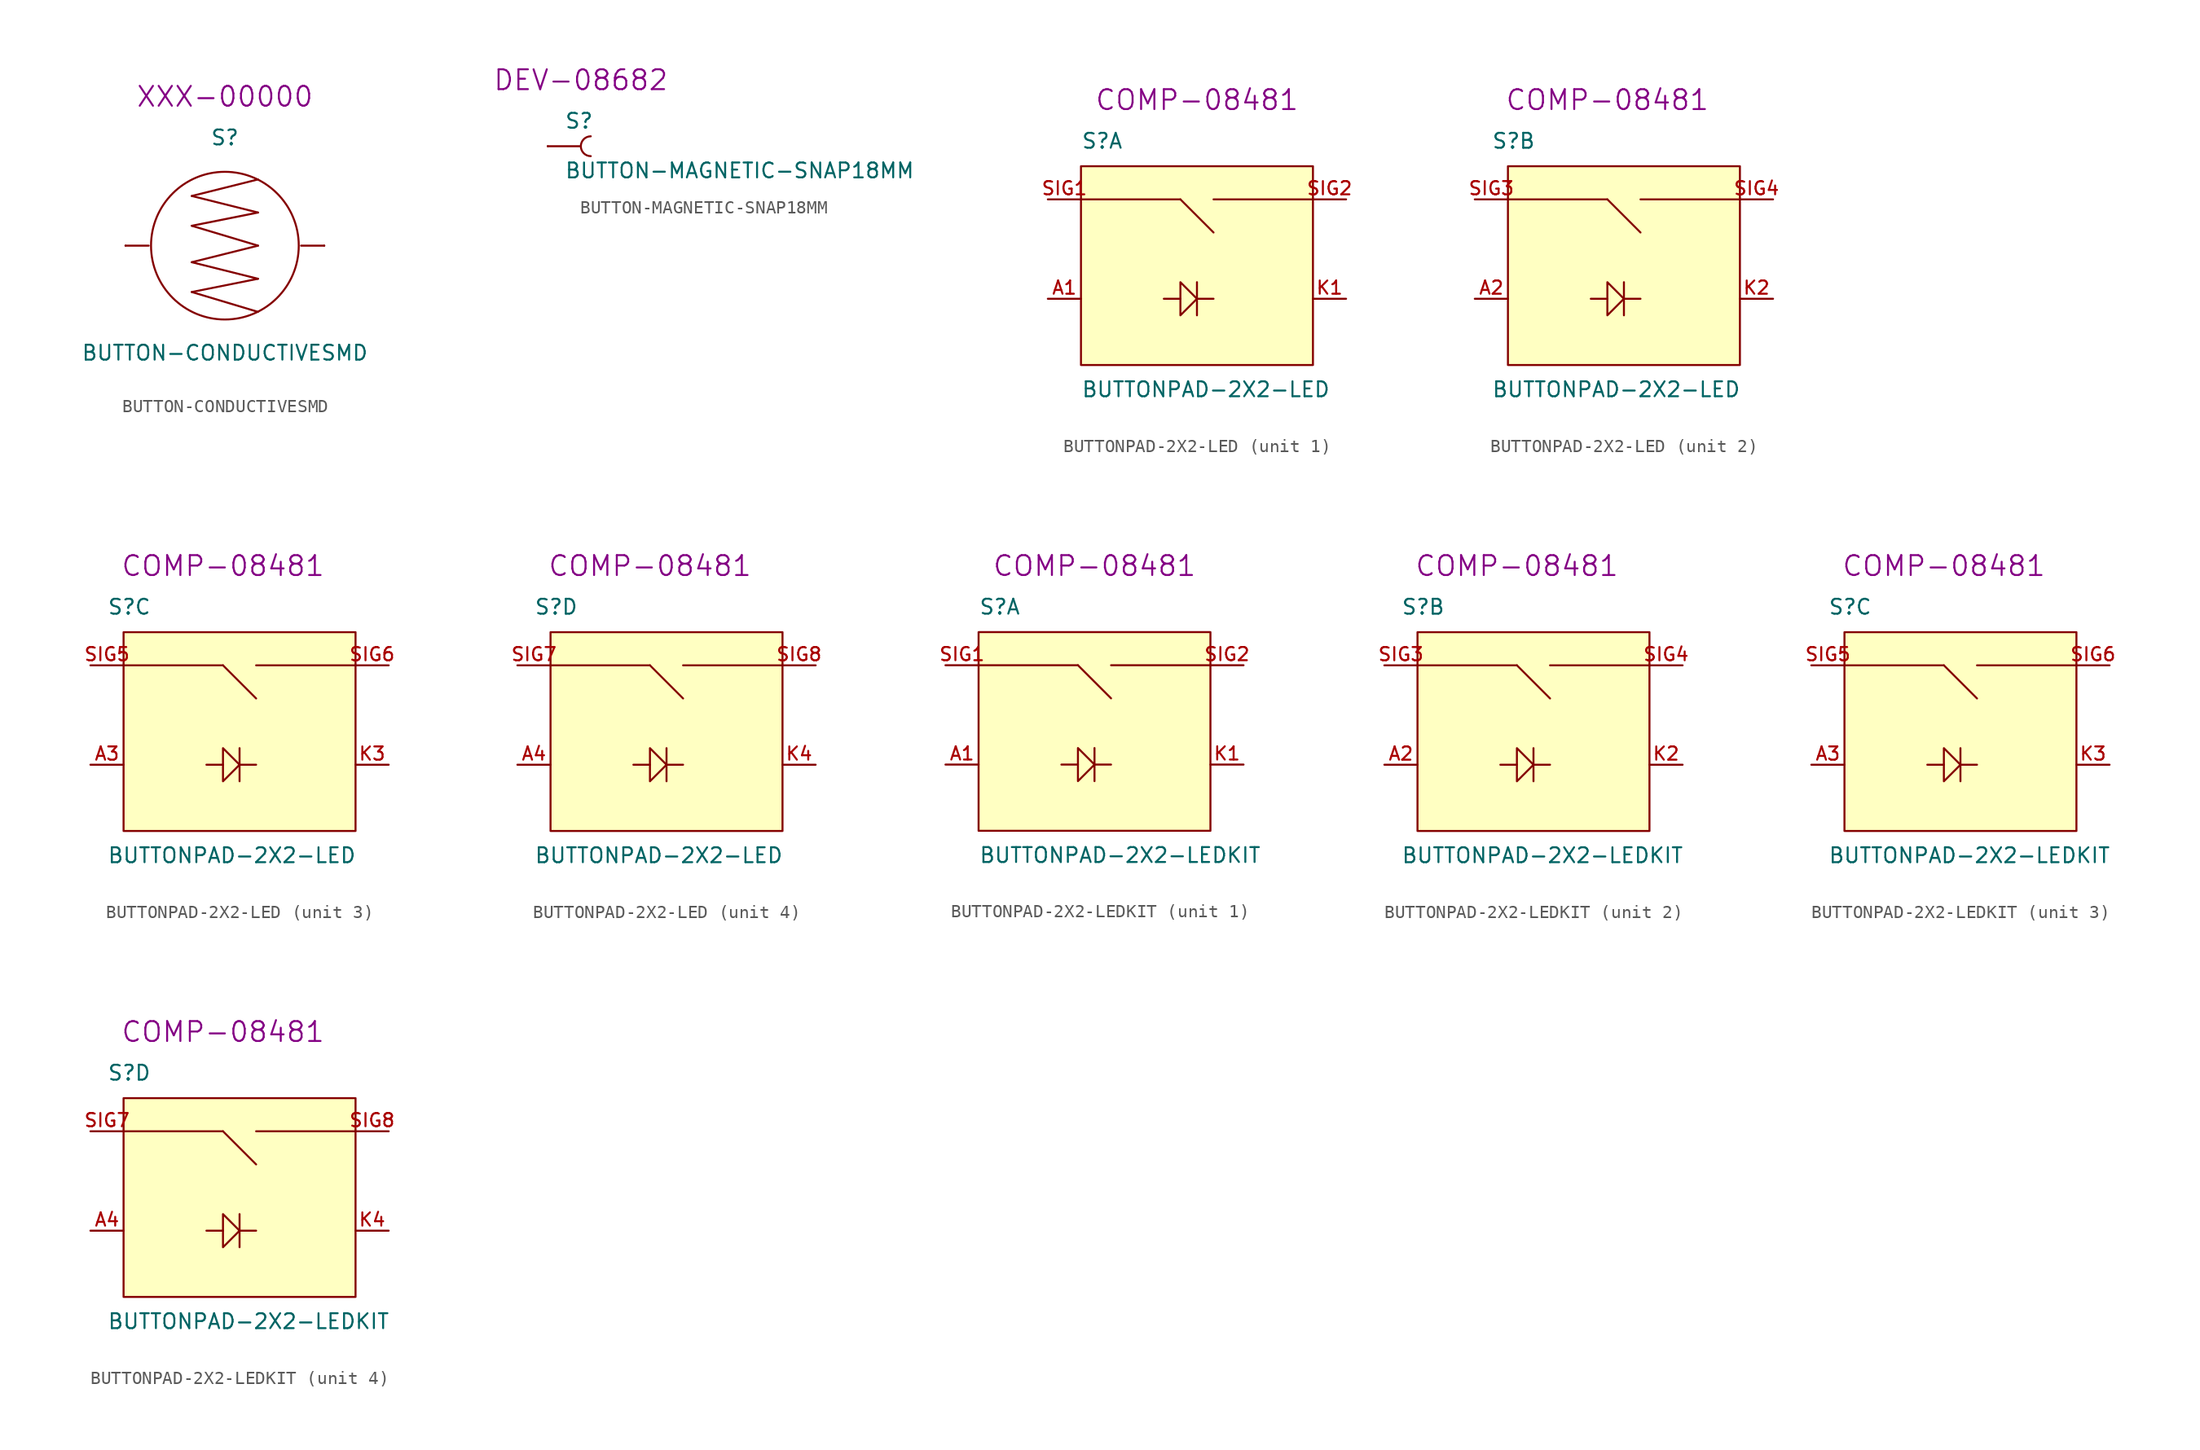
<source format=kicad_sym>
(kicad_symbol_lib
  (version 20211014)
  (generator kicad_symbol_editor)
  (symbol "BUTTON-CONDUCTIVESMD"
    (pin_numbers hide)
    (pin_names
      (offset 1.016) hide)
    (property "Reference" "S"
      (at 0 7.62 0)
      (effects (font (size 1.143 1.143)) (justify bottom)))
    (property "Value" "BUTTON-CONDUCTIVESMD"
      (at 0 -8.89 0)
      (effects (font (size 1.143 1.143)) (justify bottom)))
    (property "Field4" "XXX-00000"
      (at 0 11.43 0)
      (effects (font (size 1.524 1.524))))
    (property "ki_locked" ""
      (at 0 0 0)
      (effects (font (size 1.27 1.27))))
    (symbol "BUTTON-CONDUCTIVESMD_1_0"
      (polyline (pts (xy -7.62 0) (xy -5.842 0)) (stroke (width 0) (type default) (color 0 0 0 0)) (fill (type none)))
      (polyline (pts (xy -2.54 -3.556) (xy 2.54 -5.08)) (stroke (width 0) (type default) (color 0 0 0 0)) (fill (type none)))
      (polyline (pts (xy -2.54 -1.27) (xy 2.54 -2.54)) (stroke (width 0) (type default) (color 0 0 0 0)) (fill (type none)))
      (polyline (pts (xy -2.54 1.524) (xy 2.54 0)) (stroke (width 0) (type default) (color 0 0 0 0)) (fill (type none)))
      (polyline (pts (xy -2.54 3.81) (xy 2.54 5.08)) (stroke (width 0) (type default) (color 0 0 0 0)) (fill (type none)))
      (polyline (pts (xy 2.54 -2.54) (xy -2.54 -3.556)) (stroke (width 0) (type default) (color 0 0 0 0)) (fill (type none)))
      (polyline (pts (xy 2.54 0) (xy -2.54 -1.27)) (stroke (width 0) (type default) (color 0 0 0 0)) (fill (type none)))
      (polyline (pts (xy 2.54 2.54) (xy -2.54 1.524)) (stroke (width 0) (type default) (color 0 0 0 0)) (fill (type none)))
      (polyline (pts (xy 2.54 2.54) (xy -2.54 3.81)) (stroke (width 0) (type default) (color 0 0 0 0)) (fill (type none)))
      (polyline (pts (xy 7.62 0) (xy 5.842 0)) (stroke (width 0) (type default) (color 0 0 0 0)) (fill (type none))))
    (symbol "BUTTON-CONDUCTIVESMD_1_1"
      (circle (center 0 0) (radius 5.664) (stroke (width 0) (type default) (color 0 0 0 0)) (fill (type none)))
      (pin passive line (at -7.62 0 0) (length 0) (name "1" (effects (font (size 1.016 1.016)))) (number "1" (effects (font (size 1.016 1.016)))))
      (pin passive line (at 7.62 0 180) (length 0) (name "2" (effects (font (size 1.016 1.016)))) (number "2" (effects (font (size 1.016 1.016)))))))
  (symbol "BUTTON-MAGNETIC-SNAP18MM"
    (pin_numbers hide)
    (pin_names
      (offset 1.016) hide)
    (property "Reference" "S"
      (at -1.27 1.27 0)
      (effects (font (size 1.143 1.143)) (justify left bottom)))
    (property "Value" "BUTTON-MAGNETIC-SNAP18MM"
      (at -1.27 -2.54 0)
      (effects (font (size 1.143 1.143)) (justify left bottom)))
    (property "Field4" "DEV-08682"
      (at 0 5.08 0)
      (effects (font (size 1.524 1.524))))
    (property "ki_locked" ""
      (at 0 0 0)
      (effects (font (size 1.27 1.27))))
    (symbol "BUTTON-MAGNETIC-SNAP18MM_1_0"
      (polyline (pts (xy 0 0) (xy -2.54 0)) (stroke (width 0) (type default) (color 0 0 0 0)) (fill (type none))))
    (symbol "BUTTON-MAGNETIC-SNAP18MM_1_1"
      (arc (start 0.762 0.762) (mid 0 0) (end 0.762 -0.762) (stroke (width 0) (type default) (color 0 0 0 0)) (fill (type none)))
      (pin bidirectional line (at -2.54 0 180) (length 0) (name "1" (effects (font (size 1.016 1.016)))) (number "1" (effects (font (size 1.016 1.016)))))))
  (symbol "BUTTONPAD-2X2-LED"
    (pin_names
      (offset 1.016) hide)
    (property "Reference" "S"
      (at -8.89 8.89 0)
      (effects (font (size 1.143 1.143)) (justify left bottom)))
    (property "Value" "BUTTONPAD-2X2-LED"
      (at -8.89 -10.16 0)
      (effects (font (size 1.143 1.143)) (justify left bottom)))
    (property "Field4" "COMP-08481"
      (at 0 12.7 0)
      (effects (font (size 1.524 1.524))))
    (property "ki_locked" ""
      (at 0 0 0)
      (effects (font (size 1.27 1.27))))
    (symbol "BUTTONPAD-2X2-LED_1_0"
      (polyline (pts (xy -8.89 5.08) (xy -1.27 5.08)) (stroke (width 0) (type default) (color 0 0 0 0)) (fill (type none)))
      (polyline (pts (xy -1.27 -2.54) (xy -2.54 -2.54)) (stroke (width 0) (type default) (color 0 0 0 0)) (fill (type none)))
      (polyline (pts (xy -1.27 5.08) (xy 1.27 2.54)) (stroke (width 0) (type default) (color 0 0 0 0)) (fill (type none)))
      (polyline (pts (xy 0 -2.54) (xy 0 -3.81)) (stroke (width 0) (type default) (color 0 0 0 0)) (fill (type none)))
      (polyline (pts (xy 0 -2.54) (xy 1.27 -2.54)) (stroke (width 0) (type default) (color 0 0 0 0)) (fill (type none)))
      (polyline (pts (xy 0 -1.27) (xy 0 -2.54)) (stroke (width 0) (type default) (color 0 0 0 0)) (fill (type none)))
      (polyline (pts (xy 1.27 5.08) (xy 8.89 5.08)) (stroke (width 0) (type default) (color 0 0 0 0)) (fill (type none))))
    (symbol "BUTTONPAD-2X2-LED_1_1"
      (polyline (pts (xy -1.27 -1.27) (xy -1.27 -2.54) (xy -1.27 -3.81) (xy 0 -2.54) (xy -1.27 -1.27)) (stroke (width 0) (type default) (color 0 0 0 0)) (fill (type background)))
      (polyline (pts (xy 8.89 7.62) (xy 8.89 5.08) (xy 8.89 -7.62) (xy -8.89 -7.62) (xy -8.89 5.08) (xy -8.89 7.62) (xy 8.89 7.62)) (stroke (width 0) (type default) (color 0 0 0 0)) (fill (type background)))
      (pin bidirectional line (at -11.43 -2.54 0) (length 2.54) (name "A" (effects (font (size 1.016 1.016)))) (number "A1" (effects (font (size 1.016 1.016)))))
      (pin bidirectional line (at 11.43 -2.54 180) (length 2.54) (name "K" (effects (font (size 1.016 1.016)))) (number "K1" (effects (font (size 1.016 1.016)))))
      (pin bidirectional line (at -11.43 5.08 0) (length 2.54) (name "SIG1" (effects (font (size 1.016 1.016)))) (number "SIG1" (effects (font (size 1.016 1.016)))))
      (pin bidirectional line (at 11.43 5.08 180) (length 2.54) (name "SIG2" (effects (font (size 1.016 1.016)))) (number "SIG2" (effects (font (size 1.016 1.016))))))
    (symbol "BUTTONPAD-2X2-LED_2_0"
      (polyline (pts (xy -7.62 5.08) (xy 0 5.08)) (stroke (width 0) (type default) (color 0 0 0 0)) (fill (type none)))
      (polyline (pts (xy 0 -2.54) (xy -1.27 -2.54)) (stroke (width 0) (type default) (color 0 0 0 0)) (fill (type none)))
      (polyline (pts (xy 0 5.08) (xy 2.54 2.54)) (stroke (width 0) (type default) (color 0 0 0 0)) (fill (type none)))
      (polyline (pts (xy 1.27 -2.54) (xy 1.27 -3.81)) (stroke (width 0) (type default) (color 0 0 0 0)) (fill (type none)))
      (polyline (pts (xy 1.27 -2.54) (xy 2.54 -2.54)) (stroke (width 0) (type default) (color 0 0 0 0)) (fill (type none)))
      (polyline (pts (xy 1.27 -1.27) (xy 1.27 -2.54)) (stroke (width 0) (type default) (color 0 0 0 0)) (fill (type none)))
      (polyline (pts (xy 2.54 5.08) (xy 10.16 5.08)) (stroke (width 0) (type default) (color 0 0 0 0)) (fill (type none))))
    (symbol "BUTTONPAD-2X2-LED_2_1"
      (polyline (pts (xy 0 -1.27) (xy 0 -2.54) (xy 0 -3.81) (xy 1.27 -2.54) (xy 0 -1.27)) (stroke (width 0) (type default) (color 0 0 0 0)) (fill (type background)))
      (polyline (pts (xy 10.16 7.62) (xy 10.16 5.08) (xy 10.16 -7.62) (xy -7.62 -7.62) (xy -7.62 5.08) (xy -7.62 7.62) (xy 10.16 7.62)) (stroke (width 0) (type default) (color 0 0 0 0)) (fill (type background)))
      (pin bidirectional line (at -10.16 -2.54 0) (length 2.54) (name "A" (effects (font (size 1.016 1.016)))) (number "A2" (effects (font (size 1.016 1.016)))))
      (pin bidirectional line (at 12.7 -2.54 180) (length 2.54) (name "K" (effects (font (size 1.016 1.016)))) (number "K2" (effects (font (size 1.016 1.016)))))
      (pin bidirectional line (at -10.16 5.08 0) (length 2.54) (name "SIG1" (effects (font (size 1.016 1.016)))) (number "SIG3" (effects (font (size 1.016 1.016)))))
      (pin bidirectional line (at 12.7 5.08 180) (length 2.54) (name "SIG2" (effects (font (size 1.016 1.016)))) (number "SIG4" (effects (font (size 1.016 1.016))))))
    (symbol "BUTTONPAD-2X2-LED_3_0"
      (polyline (pts (xy -7.62 5.08) (xy 0 5.08)) (stroke (width 0) (type default) (color 0 0 0 0)) (fill (type none)))
      (polyline (pts (xy 0 -2.54) (xy -1.27 -2.54)) (stroke (width 0) (type default) (color 0 0 0 0)) (fill (type none)))
      (polyline (pts (xy 0 5.08) (xy 2.54 2.54)) (stroke (width 0) (type default) (color 0 0 0 0)) (fill (type none)))
      (polyline (pts (xy 1.27 -2.54) (xy 1.27 -3.81)) (stroke (width 0) (type default) (color 0 0 0 0)) (fill (type none)))
      (polyline (pts (xy 1.27 -2.54) (xy 2.54 -2.54)) (stroke (width 0) (type default) (color 0 0 0 0)) (fill (type none)))
      (polyline (pts (xy 1.27 -1.27) (xy 1.27 -2.54)) (stroke (width 0) (type default) (color 0 0 0 0)) (fill (type none)))
      (polyline (pts (xy 2.54 5.08) (xy 10.16 5.08)) (stroke (width 0) (type default) (color 0 0 0 0)) (fill (type none))))
    (symbol "BUTTONPAD-2X2-LED_3_1"
      (polyline (pts (xy 0 -1.27) (xy 0 -2.54) (xy 0 -3.81) (xy 1.27 -2.54) (xy 0 -1.27)) (stroke (width 0) (type default) (color 0 0 0 0)) (fill (type background)))
      (polyline (pts (xy 10.16 7.62) (xy 10.16 5.08) (xy 10.16 -7.62) (xy -7.62 -7.62) (xy -7.62 5.08) (xy -7.62 7.62) (xy 10.16 7.62)) (stroke (width 0) (type default) (color 0 0 0 0)) (fill (type background)))
      (pin bidirectional line (at -10.16 -2.54 0) (length 2.54) (name "A" (effects (font (size 1.016 1.016)))) (number "A3" (effects (font (size 1.016 1.016)))))
      (pin bidirectional line (at 12.7 -2.54 180) (length 2.54) (name "K" (effects (font (size 1.016 1.016)))) (number "K3" (effects (font (size 1.016 1.016)))))
      (pin bidirectional line (at -10.16 5.08 0) (length 2.54) (name "SIG1" (effects (font (size 1.016 1.016)))) (number "SIG5" (effects (font (size 1.016 1.016)))))
      (pin bidirectional line (at 12.7 5.08 180) (length 2.54) (name "SIG2" (effects (font (size 1.016 1.016)))) (number "SIG6" (effects (font (size 1.016 1.016))))))
    (symbol "BUTTONPAD-2X2-LED_4_0"
      (polyline (pts (xy -7.62 5.08) (xy 0 5.08)) (stroke (width 0) (type default) (color 0 0 0 0)) (fill (type none)))
      (polyline (pts (xy 0 -2.54) (xy -1.27 -2.54)) (stroke (width 0) (type default) (color 0 0 0 0)) (fill (type none)))
      (polyline (pts (xy 0 5.08) (xy 2.54 2.54)) (stroke (width 0) (type default) (color 0 0 0 0)) (fill (type none)))
      (polyline (pts (xy 1.27 -2.54) (xy 1.27 -3.81)) (stroke (width 0) (type default) (color 0 0 0 0)) (fill (type none)))
      (polyline (pts (xy 1.27 -2.54) (xy 2.54 -2.54)) (stroke (width 0) (type default) (color 0 0 0 0)) (fill (type none)))
      (polyline (pts (xy 1.27 -1.27) (xy 1.27 -2.54)) (stroke (width 0) (type default) (color 0 0 0 0)) (fill (type none)))
      (polyline (pts (xy 2.54 5.08) (xy 10.16 5.08)) (stroke (width 0) (type default) (color 0 0 0 0)) (fill (type none))))
    (symbol "BUTTONPAD-2X2-LED_4_1"
      (polyline (pts (xy 0 -1.27) (xy 0 -2.54) (xy 0 -3.81) (xy 1.27 -2.54) (xy 0 -1.27)) (stroke (width 0) (type default) (color 0 0 0 0)) (fill (type background)))
      (polyline (pts (xy 10.16 7.62) (xy 10.16 5.08) (xy 10.16 -7.62) (xy -7.62 -7.62) (xy -7.62 5.08) (xy -7.62 7.62) (xy 10.16 7.62)) (stroke (width 0) (type default) (color 0 0 0 0)) (fill (type background)))
      (pin bidirectional line (at -10.16 -2.54 0) (length 2.54) (name "A" (effects (font (size 1.016 1.016)))) (number "A4" (effects (font (size 1.016 1.016)))))
      (pin bidirectional line (at 12.7 -2.54 180) (length 2.54) (name "K" (effects (font (size 1.016 1.016)))) (number "K4" (effects (font (size 1.016 1.016)))))
      (pin bidirectional line (at -10.16 5.08 0) (length 2.54) (name "SIG1" (effects (font (size 1.016 1.016)))) (number "SIG7" (effects (font (size 1.016 1.016)))))
      (pin bidirectional line (at 12.7 5.08 180) (length 2.54) (name "SIG2" (effects (font (size 1.016 1.016)))) (number "SIG8" (effects (font (size 1.016 1.016)))))))
  (symbol "BUTTONPAD-2X2-LEDKIT"
    (pin_names
      (offset 1.016) hide)
    (property "Reference" "S"
      (at -8.89 8.89 0)
      (effects (font (size 1.143 1.143)) (justify left bottom)))
    (property "Value" "BUTTONPAD-2X2-LEDKIT"
      (at -8.89 -10.16 0)
      (effects (font (size 1.143 1.143)) (justify left bottom)))
    (property "Field4" "COMP-08481"
      (at 0 12.7 0)
      (effects (font (size 1.524 1.524))))
    (property "ki_locked" ""
      (at 0 0 0)
      (effects (font (size 1.27 1.27))))
    (symbol "BUTTONPAD-2X2-LEDKIT_1_0"
      (polyline (pts (xy -8.89 5.08) (xy -1.27 5.08)) (stroke (width 0) (type default) (color 0 0 0 0)) (fill (type none)))
      (polyline (pts (xy -1.27 -2.54) (xy -2.54 -2.54)) (stroke (width 0) (type default) (color 0 0 0 0)) (fill (type none)))
      (polyline (pts (xy -1.27 5.08) (xy 1.27 2.54)) (stroke (width 0) (type default) (color 0 0 0 0)) (fill (type none)))
      (polyline (pts (xy 0 -2.54) (xy 0 -3.81)) (stroke (width 0) (type default) (color 0 0 0 0)) (fill (type none)))
      (polyline (pts (xy 0 -2.54) (xy 1.27 -2.54)) (stroke (width 0) (type default) (color 0 0 0 0)) (fill (type none)))
      (polyline (pts (xy 0 -1.27) (xy 0 -2.54)) (stroke (width 0) (type default) (color 0 0 0 0)) (fill (type none)))
      (polyline (pts (xy 1.27 5.08) (xy 8.89 5.08)) (stroke (width 0) (type default) (color 0 0 0 0)) (fill (type none))))
    (symbol "BUTTONPAD-2X2-LEDKIT_1_1"
      (polyline (pts (xy -1.27 -1.27) (xy -1.27 -2.54) (xy -1.27 -3.81) (xy 0 -2.54) (xy -1.27 -1.27)) (stroke (width 0) (type default) (color 0 0 0 0)) (fill (type background)))
      (polyline (pts (xy 8.89 7.62) (xy 8.89 5.08) (xy 8.89 -7.62) (xy -8.89 -7.62) (xy -8.89 5.08) (xy -8.89 7.62) (xy 8.89 7.62)) (stroke (width 0) (type default) (color 0 0 0 0)) (fill (type background)))
      (pin bidirectional line (at -11.43 -2.54 0) (length 2.54) (name "A" (effects (font (size 1.016 1.016)))) (number "A1" (effects (font (size 1.016 1.016)))))
      (pin bidirectional line (at 11.43 -2.54 180) (length 2.54) (name "K" (effects (font (size 1.016 1.016)))) (number "K1" (effects (font (size 1.016 1.016)))))
      (pin bidirectional line (at -11.43 5.08 0) (length 2.54) (name "SIG1" (effects (font (size 1.016 1.016)))) (number "SIG1" (effects (font (size 1.016 1.016)))))
      (pin bidirectional line (at 11.43 5.08 180) (length 2.54) (name "SIG2" (effects (font (size 1.016 1.016)))) (number "SIG2" (effects (font (size 1.016 1.016))))))
    (symbol "BUTTONPAD-2X2-LEDKIT_2_0"
      (polyline (pts (xy -7.62 5.08) (xy 0 5.08)) (stroke (width 0) (type default) (color 0 0 0 0)) (fill (type none)))
      (polyline (pts (xy 0 -2.54) (xy -1.27 -2.54)) (stroke (width 0) (type default) (color 0 0 0 0)) (fill (type none)))
      (polyline (pts (xy 0 5.08) (xy 2.54 2.54)) (stroke (width 0) (type default) (color 0 0 0 0)) (fill (type none)))
      (polyline (pts (xy 1.27 -2.54) (xy 1.27 -3.81)) (stroke (width 0) (type default) (color 0 0 0 0)) (fill (type none)))
      (polyline (pts (xy 1.27 -2.54) (xy 2.54 -2.54)) (stroke (width 0) (type default) (color 0 0 0 0)) (fill (type none)))
      (polyline (pts (xy 1.27 -1.27) (xy 1.27 -2.54)) (stroke (width 0) (type default) (color 0 0 0 0)) (fill (type none)))
      (polyline (pts (xy 2.54 5.08) (xy 10.16 5.08)) (stroke (width 0) (type default) (color 0 0 0 0)) (fill (type none))))
    (symbol "BUTTONPAD-2X2-LEDKIT_2_1"
      (polyline (pts (xy 0 -1.27) (xy 0 -2.54) (xy 0 -3.81) (xy 1.27 -2.54) (xy 0 -1.27)) (stroke (width 0) (type default) (color 0 0 0 0)) (fill (type background)))
      (polyline (pts (xy 10.16 7.62) (xy 10.16 5.08) (xy 10.16 -7.62) (xy -7.62 -7.62) (xy -7.62 5.08) (xy -7.62 7.62) (xy 10.16 7.62)) (stroke (width 0) (type default) (color 0 0 0 0)) (fill (type background)))
      (pin bidirectional line (at -10.16 -2.54 0) (length 2.54) (name "A" (effects (font (size 1.016 1.016)))) (number "A2" (effects (font (size 1.016 1.016)))))
      (pin bidirectional line (at 12.7 -2.54 180) (length 2.54) (name "K" (effects (font (size 1.016 1.016)))) (number "K2" (effects (font (size 1.016 1.016)))))
      (pin bidirectional line (at -10.16 5.08 0) (length 2.54) (name "SIG1" (effects (font (size 1.016 1.016)))) (number "SIG3" (effects (font (size 1.016 1.016)))))
      (pin bidirectional line (at 12.7 5.08 180) (length 2.54) (name "SIG2" (effects (font (size 1.016 1.016)))) (number "SIG4" (effects (font (size 1.016 1.016))))))
    (symbol "BUTTONPAD-2X2-LEDKIT_3_0"
      (polyline (pts (xy -7.62 5.08) (xy 0 5.08)) (stroke (width 0) (type default) (color 0 0 0 0)) (fill (type none)))
      (polyline (pts (xy 0 -2.54) (xy -1.27 -2.54)) (stroke (width 0) (type default) (color 0 0 0 0)) (fill (type none)))
      (polyline (pts (xy 0 5.08) (xy 2.54 2.54)) (stroke (width 0) (type default) (color 0 0 0 0)) (fill (type none)))
      (polyline (pts (xy 1.27 -2.54) (xy 1.27 -3.81)) (stroke (width 0) (type default) (color 0 0 0 0)) (fill (type none)))
      (polyline (pts (xy 1.27 -2.54) (xy 2.54 -2.54)) (stroke (width 0) (type default) (color 0 0 0 0)) (fill (type none)))
      (polyline (pts (xy 1.27 -1.27) (xy 1.27 -2.54)) (stroke (width 0) (type default) (color 0 0 0 0)) (fill (type none)))
      (polyline (pts (xy 2.54 5.08) (xy 10.16 5.08)) (stroke (width 0) (type default) (color 0 0 0 0)) (fill (type none))))
    (symbol "BUTTONPAD-2X2-LEDKIT_3_1"
      (polyline (pts (xy 0 -1.27) (xy 0 -2.54) (xy 0 -3.81) (xy 1.27 -2.54) (xy 0 -1.27)) (stroke (width 0) (type default) (color 0 0 0 0)) (fill (type background)))
      (polyline (pts (xy 10.16 7.62) (xy 10.16 5.08) (xy 10.16 -7.62) (xy -7.62 -7.62) (xy -7.62 5.08) (xy -7.62 7.62) (xy 10.16 7.62)) (stroke (width 0) (type default) (color 0 0 0 0)) (fill (type background)))
      (pin bidirectional line (at -10.16 -2.54 0) (length 2.54) (name "A" (effects (font (size 1.016 1.016)))) (number "A3" (effects (font (size 1.016 1.016)))))
      (pin bidirectional line (at 12.7 -2.54 180) (length 2.54) (name "K" (effects (font (size 1.016 1.016)))) (number "K3" (effects (font (size 1.016 1.016)))))
      (pin bidirectional line (at -10.16 5.08 0) (length 2.54) (name "SIG1" (effects (font (size 1.016 1.016)))) (number "SIG5" (effects (font (size 1.016 1.016)))))
      (pin bidirectional line (at 12.7 5.08 180) (length 2.54) (name "SIG2" (effects (font (size 1.016 1.016)))) (number "SIG6" (effects (font (size 1.016 1.016))))))
    (symbol "BUTTONPAD-2X2-LEDKIT_4_0"
      (polyline (pts (xy -7.62 5.08) (xy 0 5.08)) (stroke (width 0) (type default) (color 0 0 0 0)) (fill (type none)))
      (polyline (pts (xy 0 -2.54) (xy -1.27 -2.54)) (stroke (width 0) (type default) (color 0 0 0 0)) (fill (type none)))
      (polyline (pts (xy 0 5.08) (xy 2.54 2.54)) (stroke (width 0) (type default) (color 0 0 0 0)) (fill (type none)))
      (polyline (pts (xy 1.27 -2.54) (xy 1.27 -3.81)) (stroke (width 0) (type default) (color 0 0 0 0)) (fill (type none)))
      (polyline (pts (xy 1.27 -2.54) (xy 2.54 -2.54)) (stroke (width 0) (type default) (color 0 0 0 0)) (fill (type none)))
      (polyline (pts (xy 1.27 -1.27) (xy 1.27 -2.54)) (stroke (width 0) (type default) (color 0 0 0 0)) (fill (type none)))
      (polyline (pts (xy 2.54 5.08) (xy 10.16 5.08)) (stroke (width 0) (type default) (color 0 0 0 0)) (fill (type none))))
    (symbol "BUTTONPAD-2X2-LEDKIT_4_1"
      (polyline (pts (xy 0 -1.27) (xy 0 -2.54) (xy 0 -3.81) (xy 1.27 -2.54) (xy 0 -1.27)) (stroke (width 0) (type default) (color 0 0 0 0)) (fill (type background)))
      (polyline (pts (xy 10.16 7.62) (xy 10.16 5.08) (xy 10.16 -7.62) (xy -7.62 -7.62) (xy -7.62 5.08) (xy -7.62 7.62) (xy 10.16 7.62)) (stroke (width 0) (type default) (color 0 0 0 0)) (fill (type background)))
      (pin bidirectional line (at -10.16 -2.54 0) (length 2.54) (name "A" (effects (font (size 1.016 1.016)))) (number "A4" (effects (font (size 1.016 1.016)))))
      (pin bidirectional line (at 12.7 -2.54 180) (length 2.54) (name "K" (effects (font (size 1.016 1.016)))) (number "K4" (effects (font (size 1.016 1.016)))))
      (pin bidirectional line (at -10.16 5.08 0) (length 2.54) (name "SIG1" (effects (font (size 1.016 1.016)))) (number "SIG7" (effects (font (size 1.016 1.016)))))
      (pin bidirectional line (at 12.7 5.08 180) (length 2.54) (name "SIG2" (effects (font (size 1.016 1.016)))) (number "SIG8" (effects (font (size 1.016 1.016))))))))
</source>
